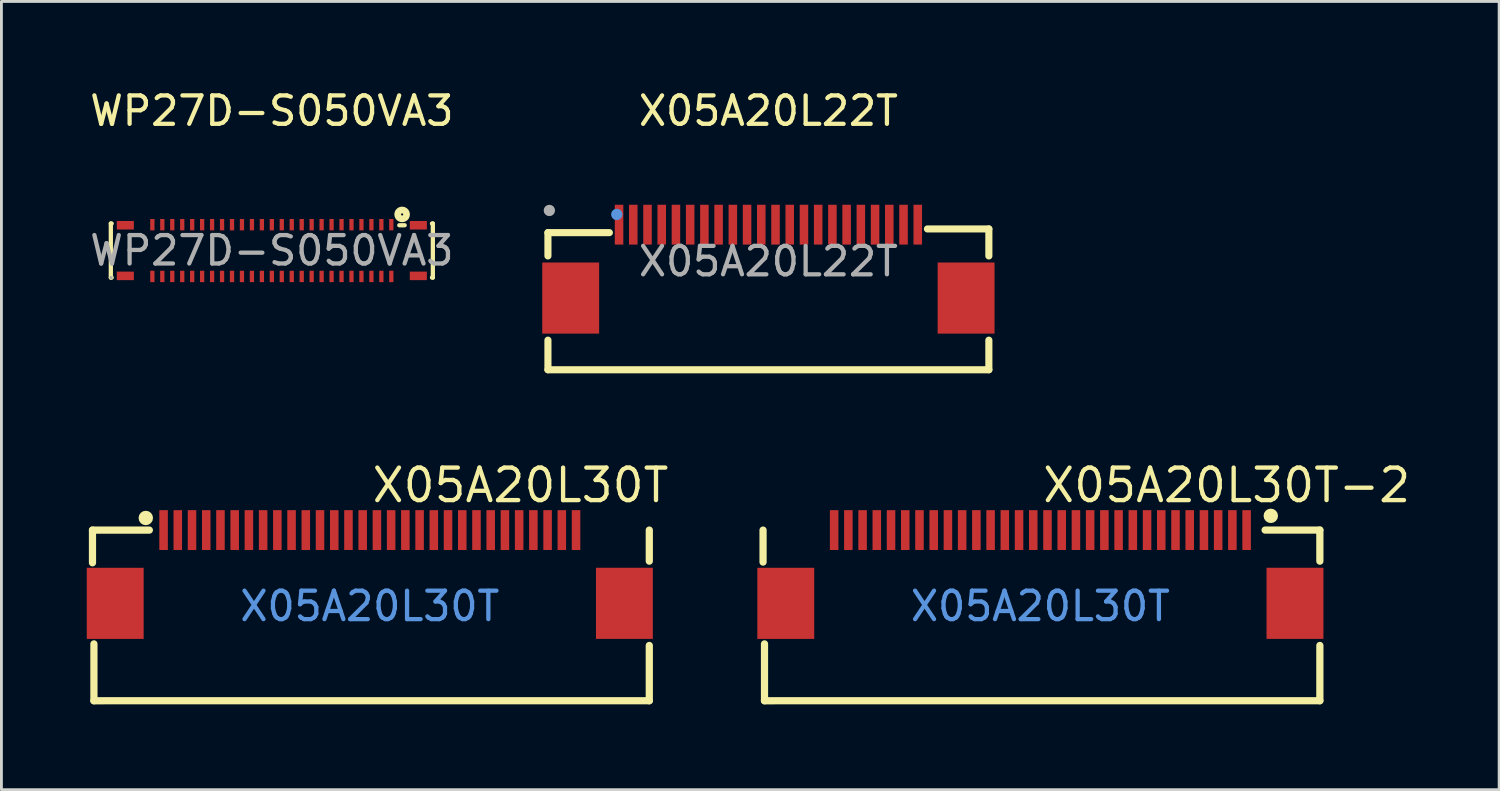
<source format=kicad_pcb>
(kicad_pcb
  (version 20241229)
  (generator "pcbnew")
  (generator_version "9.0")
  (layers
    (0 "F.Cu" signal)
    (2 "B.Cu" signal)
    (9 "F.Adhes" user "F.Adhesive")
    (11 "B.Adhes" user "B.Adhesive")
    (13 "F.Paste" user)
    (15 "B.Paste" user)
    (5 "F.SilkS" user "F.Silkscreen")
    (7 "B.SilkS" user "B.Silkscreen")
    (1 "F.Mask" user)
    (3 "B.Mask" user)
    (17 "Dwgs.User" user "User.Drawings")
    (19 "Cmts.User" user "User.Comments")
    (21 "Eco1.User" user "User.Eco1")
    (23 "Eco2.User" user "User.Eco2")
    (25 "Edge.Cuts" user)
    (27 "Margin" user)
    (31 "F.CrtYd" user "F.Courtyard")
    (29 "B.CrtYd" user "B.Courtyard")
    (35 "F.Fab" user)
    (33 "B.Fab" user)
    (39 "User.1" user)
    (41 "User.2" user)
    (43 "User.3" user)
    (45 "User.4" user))
  (footprint "WP27D-S050VA3"
    (layer "F.Cu")
    (at 6.506 5.758)
    (property "Reference" "WP27D-S050VA3" (at 0 -4.91 0) (layer "F.SilkS") (effects (font (size 1 1) (thickness 0.15))))
    (attr through_hole)
    (fp_line (start -5.66 -0.95) (end -5.63 -0.95) (stroke (width 0.15) (type solid)) (layer "F.SilkS"))
    (fp_line (start -5.66 0.95) (end -5.66 -0.95) (stroke (width 0.15) (type solid)) (layer "F.SilkS"))
    (fp_line (start -5.63 0.95) (end -5.66 0.95) (stroke (width 0.15) (type solid)) (layer "F.SilkS"))
    (fp_line (start 4.48 -0.89) (end 4.67 -0.89) (stroke (width 0.15) (type solid)) (layer "F.SilkS"))
    (fp_line (start 5.63 -0.95) (end 5.66 -0.95) (stroke (width 0.15) (type solid)) (layer "F.SilkS"))
    (fp_line (start 5.66 -0.95) (end 5.66 0.95) (stroke (width 0.15) (type solid)) (layer "F.SilkS"))
    (fp_line (start 5.66 0.95) (end 5.63 0.95) (stroke (width 0.15) (type solid)) (layer "F.SilkS"))
    (fp_circle (center 4.58 -1.27) (end 4.44 -1.41) (stroke (width 0.15) (type default)) (fill no) (layer "F.SilkS"))
    (fp_circle (center 4.58 -1.27) (end 4.5 -1.35) (stroke (width 0.15) (type default)) (fill no) (layer "F.SilkS"))
    (fp_circle (center -5.65 0.95) (end -5.62 0.95) (stroke (width 0.06) (type solid)) (fill no) (layer "F.Fab"))
    (fp_text user "${REFERENCE}" (at 0 0 0) (layer "F.Fab") (effects (font (size 1 1) (thickness 0.15))))
    (pad "1" smd rect (at 4.2 -0.91) (size 0.15 0.4) (layers "F.Cu" "F.Mask" "F.Paste"))
    (pad "2" smd rect (at 3.85 -0.91) (size 0.15 0.4) (layers "F.Cu" "F.Mask" "F.Paste"))
    (pad "3" smd rect (at 3.5 -0.91) (size 0.15 0.4) (layers "F.Cu" "F.Mask" "F.Paste"))
    (pad "4" smd rect (at 3.15 -0.91) (size 0.15 0.4) (layers "F.Cu" "F.Mask" "F.Paste"))
    (pad "5" smd rect (at 2.8 -0.91) (size 0.15 0.4) (layers "F.Cu" "F.Mask" "F.Paste"))
    (pad "6" smd rect (at 2.45 -0.91) (size 0.15 0.4) (layers "F.Cu" "F.Mask" "F.Paste"))
    (pad "7" smd rect (at 2.1 -0.91) (size 0.15 0.4) (layers "F.Cu" "F.Mask" "F.Paste"))
    (pad "8" smd rect (at 1.75 -0.91) (size 0.15 0.4) (layers "F.Cu" "F.Mask" "F.Paste"))
    (pad "9" smd rect (at 1.4 -0.91) (size 0.15 0.4) (layers "F.Cu" "F.Mask" "F.Paste"))
    (pad "10" smd rect (at 1.05 -0.91) (size 0.15 0.4) (layers "F.Cu" "F.Mask" "F.Paste"))
    (pad "11" smd rect (at 0.7 -0.91) (size 0.15 0.4) (layers "F.Cu" "F.Mask" "F.Paste"))
    (pad "12" smd rect (at 0.35 -0.91) (size 0.15 0.4) (layers "F.Cu" "F.Mask" "F.Paste"))
    (pad "13" smd rect (at 0 -0.91) (size 0.15 0.4) (layers "F.Cu" "F.Mask" "F.Paste"))
    (pad "14" smd rect (at -0.35 -0.91) (size 0.15 0.4) (layers "F.Cu" "F.Mask" "F.Paste"))
    (pad "15" smd rect (at -0.7 -0.91) (size 0.15 0.4) (layers "F.Cu" "F.Mask" "F.Paste"))
    (pad "16" smd rect (at -1.05 -0.91) (size 0.15 0.4) (layers "F.Cu" "F.Mask" "F.Paste"))
    (pad "17" smd rect (at -1.4 -0.91) (size 0.15 0.4) (layers "F.Cu" "F.Mask" "F.Paste"))
    (pad "18" smd rect (at -1.75 -0.91) (size 0.15 0.4) (layers "F.Cu" "F.Mask" "F.Paste"))
    (pad "19" smd rect (at -2.1 -0.91) (size 0.15 0.4) (layers "F.Cu" "F.Mask" "F.Paste"))
    (pad "20" smd rect (at -2.45 -0.91) (size 0.15 0.4) (layers "F.Cu" "F.Mask" "F.Paste"))
    (pad "21" smd rect (at -2.8 -0.91) (size 0.15 0.4) (layers "F.Cu" "F.Mask" "F.Paste"))
    (pad "22" smd rect (at -3.15 -0.91) (size 0.15 0.4) (layers "F.Cu" "F.Mask" "F.Paste"))
    (pad "23" smd rect (at -3.5 -0.91) (size 0.15 0.4) (layers "F.Cu" "F.Mask" "F.Paste"))
    (pad "24" smd rect (at -3.85 -0.91) (size 0.15 0.4) (layers "F.Cu" "F.Mask" "F.Paste"))
    (pad "25" smd rect (at -4.2 -0.91) (size 0.15 0.4) (layers "F.Cu" "F.Mask" "F.Paste"))
    (pad "26" smd rect (at -4.2 0.91) (size 0.15 0.4) (layers "F.Cu" "F.Mask" "F.Paste"))
    (pad "27" smd rect (at -3.85 0.91) (size 0.15 0.4) (layers "F.Cu" "F.Mask" "F.Paste"))
    (pad "28" smd rect (at -3.5 0.91) (size 0.15 0.4) (layers "F.Cu" "F.Mask" "F.Paste"))
    (pad "29" smd rect (at -3.15 0.91) (size 0.15 0.4) (layers "F.Cu" "F.Mask" "F.Paste"))
    (pad "30" smd rect (at -2.8 0.91) (size 0.15 0.4) (layers "F.Cu" "F.Mask" "F.Paste"))
    (pad "31" smd rect (at -2.45 0.91) (size 0.15 0.4) (layers "F.Cu" "F.Mask" "F.Paste"))
    (pad "32" smd rect (at -2.1 0.91) (size 0.15 0.4) (layers "F.Cu" "F.Mask" "F.Paste"))
    (pad "33" smd rect (at -1.75 0.91) (size 0.15 0.4) (layers "F.Cu" "F.Mask" "F.Paste"))
    (pad "34" smd rect (at -1.4 0.91) (size 0.15 0.4) (layers "F.Cu" "F.Mask" "F.Paste"))
    (pad "35" smd rect (at -1.05 0.91) (size 0.15 0.4) (layers "F.Cu" "F.Mask" "F.Paste"))
    (pad "36" smd rect (at -0.7 0.91) (size 0.15 0.4) (layers "F.Cu" "F.Mask" "F.Paste"))
    (pad "37" smd rect (at -0.35 0.91) (size 0.15 0.4) (layers "F.Cu" "F.Mask" "F.Paste"))
    (pad "38" smd rect (at 0 0.91) (size 0.15 0.4) (layers "F.Cu" "F.Mask" "F.Paste"))
    (pad "39" smd rect (at 0.35 0.91) (size 0.15 0.4) (layers "F.Cu" "F.Mask" "F.Paste"))
    (pad "40" smd rect (at 0.7 0.91) (size 0.15 0.4) (layers "F.Cu" "F.Mask" "F.Paste"))
    (pad "41" smd rect (at 1.05 0.91) (size 0.15 0.4) (layers "F.Cu" "F.Mask" "F.Paste"))
    (pad "42" smd rect (at 1.4 0.91) (size 0.15 0.4) (layers "F.Cu" "F.Mask" "F.Paste"))
    (pad "43" smd rect (at 1.75 0.91) (size 0.15 0.4) (layers "F.Cu" "F.Mask" "F.Paste"))
    (pad "44" smd rect (at 2.1 0.91) (size 0.15 0.4) (layers "F.Cu" "F.Mask" "F.Paste"))
    (pad "45" smd rect (at 2.45 0.91) (size 0.15 0.4) (layers "F.Cu" "F.Mask" "F.Paste"))
    (pad "46" smd rect (at 2.8 0.91) (size 0.15 0.4) (layers "F.Cu" "F.Mask" "F.Paste"))
    (pad "47" smd rect (at 3.15 0.91) (size 0.15 0.4) (layers "F.Cu" "F.Mask" "F.Paste"))
    (pad "48" smd rect (at 3.5 0.91) (size 0.15 0.4) (layers "F.Cu" "F.Mask" "F.Paste"))
    (pad "49" smd rect (at 3.85 0.91) (size 0.15 0.4) (layers "F.Cu" "F.Mask" "F.Paste"))
    (pad "50" smd rect (at 4.2 0.91) (size 0.15 0.4) (layers "F.Cu" "F.Mask" "F.Paste"))
    (pad "51" smd rect (at -5.15 -0.89 90) (size 0.3 0.6) (layers "F.Cu" "F.Mask" "F.Paste"))
    (pad "52" smd rect (at -5.15 0.89 90) (size 0.3 0.6) (layers "F.Cu" "F.Mask" "F.Paste"))
    (pad "53" smd rect (at 5.15 0.89 90) (size 0.3 0.6) (layers "F.Cu" "F.Mask" "F.Paste"))
    (pad "54" smd rect (at 5.15 -0.89 90) (size 0.3 0.6) (layers "F.Cu" "F.Mask" "F.Paste")))
  (footprint "X05A20L22T"
    (layer "F.Cu")
    (at 23.962 6.138)
    (property "Reference" "X05A20L22T" (at 0 -5.29 0) (layer "F.SilkS") (effects (font (size 1 1) (thickness 0.15))))
    (attr smd)
    (fp_line (start -7.75 -1.01) (end -5.59 -1.01) (stroke (width 0.25) (type solid)) (layer "F.SilkS"))
    (fp_line (start -7.75 -0.19) (end -7.75 -1.01) (stroke (width 0.25) (type solid)) (layer "F.SilkS"))
    (fp_line (start -7.75 3.81) (end -7.75 2.77) (stroke (width 0.25) (type solid)) (layer "F.SilkS"))
    (fp_line (start 5.59 -1.14) (end 7.75 -1.14) (stroke (width 0.25) (type solid)) (layer "F.SilkS"))
    (fp_line (start 7.75 -1.14) (end 7.75 -0.19) (stroke (width 0.25) (type solid)) (layer "F.SilkS"))
    (fp_line (start 7.75 2.77) (end 7.75 3.81) (stroke (width 0.25) (type solid)) (layer "F.SilkS"))
    (fp_line (start 7.75 3.81) (end -7.75 3.81) (stroke (width 0.25) (type solid)) (layer "F.SilkS"))
    (fp_circle (center -5.33 -1.65) (end -5.23 -1.65) (stroke (width 0.2) (type solid)) (fill no) (layer "Cmts.User"))
    (fp_circle (center -7.7 -1.79) (end -7.6 -1.79) (stroke (width 0.2) (type solid)) (fill no) (layer "F.Fab"))
    (fp_text user "${REFERENCE}" (at 0 0 0) (layer "F.Fab") (effects (font (size 1 1) (thickness 0.15))))
    (pad "1" smd rect (at -5.25 -1.29) (size 0.3 1.4) (layers "F.Cu" "F.Mask" "F.Paste"))
    (pad "2" smd rect (at -4.75 -1.29) (size 0.3 1.4) (layers "F.Cu" "F.Mask" "F.Paste"))
    (pad "3" smd rect (at -4.25 -1.29) (size 0.3 1.4) (layers "F.Cu" "F.Mask" "F.Paste"))
    (pad "4" smd rect (at -3.75 -1.29) (size 0.3 1.4) (layers "F.Cu" "F.Mask" "F.Paste"))
    (pad "5" smd rect (at -3.25 -1.29) (size 0.3 1.4) (layers "F.Cu" "F.Mask" "F.Paste"))
    (pad "6" smd rect (at -2.75 -1.29) (size 0.3 1.4) (layers "F.Cu" "F.Mask" "F.Paste"))
    (pad "7" smd rect (at -2.25 -1.29) (size 0.3 1.4) (layers "F.Cu" "F.Mask" "F.Paste"))
    (pad "8" smd rect (at -1.75 -1.29) (size 0.3 1.4) (layers "F.Cu" "F.Mask" "F.Paste"))
    (pad "9" smd rect (at -1.25 -1.29) (size 0.3 1.4) (layers "F.Cu" "F.Mask" "F.Paste"))
    (pad "10" smd rect (at -0.75 -1.29) (size 0.3 1.4) (layers "F.Cu" "F.Mask" "F.Paste"))
    (pad "11" smd rect (at -0.25 -1.29) (size 0.3 1.4) (layers "F.Cu" "F.Mask" "F.Paste"))
    (pad "12" smd rect (at 0.25 -1.29) (size 0.3 1.4) (layers "F.Cu" "F.Mask" "F.Paste"))
    (pad "13" smd rect (at 0.75 -1.29) (size 0.3 1.4) (layers "F.Cu" "F.Mask" "F.Paste"))
    (pad "14" smd rect (at 1.25 -1.29) (size 0.3 1.4) (layers "F.Cu" "F.Mask" "F.Paste"))
    (pad "15" smd rect (at 1.75 -1.29) (size 0.3 1.4) (layers "F.Cu" "F.Mask" "F.Paste"))
    (pad "16" smd rect (at 2.25 -1.29) (size 0.3 1.4) (layers "F.Cu" "F.Mask" "F.Paste"))
    (pad "17" smd rect (at 2.75 -1.29) (size 0.3 1.4) (layers "F.Cu" "F.Mask" "F.Paste"))
    (pad "18" smd rect (at 3.25 -1.29) (size 0.3 1.4) (layers "F.Cu" "F.Mask" "F.Paste"))
    (pad "19" smd rect (at 3.75 -1.29) (size 0.3 1.4) (layers "F.Cu" "F.Mask" "F.Paste"))
    (pad "20" smd rect (at 4.25 -1.29) (size 0.3 1.4) (layers "F.Cu" "F.Mask" "F.Paste"))
    (pad "21" smd rect (at 4.75 -1.29) (size 0.3 1.4) (layers "F.Cu" "F.Mask" "F.Paste"))
    (pad "22" smd rect (at 5.25 -1.29) (size 0.3 1.4) (layers "F.Cu" "F.Mask" "F.Paste"))
    (pad "23" smd rect (at 6.95 1.29) (size 2 2.5) (layers "F.Cu" "F.Mask" "F.Paste"))
    (pad "24" smd rect (at -6.95 1.29) (size 2 2.5) (layers "F.Cu" "F.Mask" "F.Paste")))
  (footprint "X05A20L30T-2"
    (layer "F.Cu")
    (at 33.523 18.259)
    (property "Reference" "X05A20L30T-2" (at 0 -4.25 0) (layer "F.SilkS") (effects (font (size 1.143 1.143) (thickness 0.152)) (justify left)))
    (attr smd)
    (fp_line (start -9.749 -1.55) (end -9.749 -2.674) (stroke (width 0.254) (type solid)) (layer "F.SilkS"))
    (fp_line (start -9.7 3.325) (end 9.825 3.324) (stroke (width 0.254) (type solid)) (layer "F.SilkS"))
    (fp_line (start -9.698 3.325) (end -9.698 1.326) (stroke (width 0.254) (type solid)) (layer "F.SilkS"))
    (fp_line (start 9.825 -2.675) (end 7.9 -2.675) (stroke (width 0.254) (type solid)) (layer "F.SilkS"))
    (fp_line (start 9.825 -1.582) (end 9.825 -2.675) (stroke (width 0.254) (type solid)) (layer "F.SilkS"))
    (fp_line (start 9.825 3.324) (end 9.825 1.381) (stroke (width 0.254) (type solid)) (layer "F.SilkS"))
    (fp_circle (center 8.1 -3.175) (end 7.973 -3.175) (stroke (width 0.254) (type solid)) (fill no) (layer "F.SilkS"))
    (fp_text user "X05A20L30T" (at 0 0 0) (layer "Cmts.User") (effects (font (size 1 1) (thickness 0.15))))
    (pad "1" smd rect (at 7.25 -2.675) (size 0.3 1.4) (layers "F.Cu" "F.Mask" "F.Paste"))
    (pad "2" smd rect (at 6.75 -2.675) (size 0.3 1.4) (layers "F.Cu" "F.Mask" "F.Paste"))
    (pad "3" smd rect (at 6.25 -2.675) (size 0.3 1.4) (layers "F.Cu" "F.Mask" "F.Paste"))
    (pad "4" smd rect (at 5.75 -2.675) (size 0.3 1.4) (layers "F.Cu" "F.Mask" "F.Paste"))
    (pad "5" smd rect (at 5.25 -2.675) (size 0.3 1.4) (layers "F.Cu" "F.Mask" "F.Paste"))
    (pad "6" smd rect (at 4.75 -2.675) (size 0.3 1.4) (layers "F.Cu" "F.Mask" "F.Paste"))
    (pad "7" smd rect (at 4.25 -2.675) (size 0.3 1.4) (layers "F.Cu" "F.Mask" "F.Paste"))
    (pad "8" smd rect (at 3.75 -2.675) (size 0.3 1.4) (layers "F.Cu" "F.Mask" "F.Paste"))
    (pad "9" smd rect (at 3.25 -2.675) (size 0.3 1.4) (layers "F.Cu" "F.Mask" "F.Paste"))
    (pad "10" smd rect (at 2.75 -2.675) (size 0.3 1.4) (layers "F.Cu" "F.Mask" "F.Paste"))
    (pad "11" smd rect (at 2.25 -2.675) (size 0.3 1.4) (layers "F.Cu" "F.Mask" "F.Paste"))
    (pad "12" smd rect (at 1.75 -2.675) (size 0.3 1.4) (layers "F.Cu" "F.Mask" "F.Paste"))
    (pad "13" smd rect (at 1.25 -2.675) (size 0.3 1.4) (layers "F.Cu" "F.Mask" "F.Paste"))
    (pad "14" smd rect (at 0.75 -2.675) (size 0.3 1.4) (layers "F.Cu" "F.Mask" "F.Paste"))
    (pad "15" smd rect (at 0.25 -2.675) (size 0.3 1.4) (layers "F.Cu" "F.Mask" "F.Paste"))
    (pad "16" smd rect (at -0.25 -2.675) (size 0.3 1.4) (layers "F.Cu" "F.Mask" "F.Paste"))
    (pad "17" smd rect (at -0.75 -2.675) (size 0.3 1.4) (layers "F.Cu" "F.Mask" "F.Paste"))
    (pad "18" smd rect (at -1.25 -2.675) (size 0.3 1.4) (layers "F.Cu" "F.Mask" "F.Paste"))
    (pad "19" smd rect (at -1.75 -2.675) (size 0.3 1.4) (layers "F.Cu" "F.Mask" "F.Paste"))
    (pad "20" smd rect (at -2.25 -2.675) (size 0.3 1.4) (layers "F.Cu" "F.Mask" "F.Paste"))
    (pad "21" smd rect (at -2.75 -2.675) (size 0.3 1.4) (layers "F.Cu" "F.Mask" "F.Paste"))
    (pad "22" smd rect (at -3.25 -2.675) (size 0.3 1.4) (layers "F.Cu" "F.Mask" "F.Paste"))
    (pad "23" smd rect (at -3.75 -2.675) (size 0.3 1.4) (layers "F.Cu" "F.Mask" "F.Paste"))
    (pad "24" smd rect (at -4.25 -2.675) (size 0.3 1.4) (layers "F.Cu" "F.Mask" "F.Paste"))
    (pad "25" smd rect (at -4.75 -2.675) (size 0.3 1.4) (layers "F.Cu" "F.Mask" "F.Paste"))
    (pad "26" smd rect (at -5.25 -2.675) (size 0.3 1.4) (layers "F.Cu" "F.Mask" "F.Paste"))
    (pad "27" smd rect (at -5.75 -2.675) (size 0.3 1.4) (layers "F.Cu" "F.Mask" "F.Paste"))
    (pad "28" smd rect (at -6.25 -2.675) (size 0.3 1.4) (layers "F.Cu" "F.Mask" "F.Paste"))
    (pad "29" smd rect (at -6.75 -2.675) (size 0.3 1.4) (layers "F.Cu" "F.Mask" "F.Paste"))
    (pad "30" smd rect (at -7.25 -2.675) (size 0.3 1.4) (layers "F.Cu" "F.Mask" "F.Paste"))
    (pad "31" smd rect (at 8.95 -0.1) (size 2 2.5) (layers "F.Cu" "F.Mask" "F.Paste"))
    (pad "32" smd rect (at -8.95 -0.099) (size 2 2.5) (layers "F.Cu" "F.Mask" "F.Paste")))
  (footprint "X05A20L30T"
    (layer "F.Cu")
    (at 9.95 18.259)
    (property "Reference" "X05A20L30T" (at 0 -4.25 0) (layer "F.SilkS") (effects (font (size 1.143 1.143) (thickness 0.152)) (justify left)))
    (attr smd)
    (fp_line (start -9.749 -2.674) (end -7.75 -2.674) (stroke (width 0.254) (type solid)) (layer "F.SilkS"))
    (fp_line (start -9.749 -1.525) (end -9.749 -2.674) (stroke (width 0.254) (type solid)) (layer "F.SilkS"))
    (fp_line (start -9.7 3.325) (end 9.825 3.324) (stroke (width 0.254) (type solid)) (layer "F.SilkS"))
    (fp_line (start -9.698 3.325) (end -9.698 1.326) (stroke (width 0.254) (type solid)) (layer "F.SilkS"))
    (fp_line (start 9.825 -1.582) (end 9.825 -2.675) (stroke (width 0.254) (type solid)) (layer "F.SilkS"))
    (fp_line (start 9.825 3.324) (end 9.825 1.381) (stroke (width 0.254) (type solid)) (layer "F.SilkS"))
    (fp_circle (center -7.875 -3.1) (end -7.748 -3.1) (stroke (width 0.254) (type solid)) (fill no) (layer "F.SilkS"))
    (fp_text user "X05A20L30T" (at 0 0 0) (layer "Cmts.User") (effects (font (size 1 1) (thickness 0.15))))
    (pad "1" smd rect (at -7.25 -2.675) (size 0.3 1.4) (layers "F.Cu" "F.Mask" "F.Paste"))
    (pad "2" smd rect (at -6.75 -2.675) (size 0.3 1.4) (layers "F.Cu" "F.Mask" "F.Paste"))
    (pad "3" smd rect (at -6.25 -2.675) (size 0.3 1.4) (layers "F.Cu" "F.Mask" "F.Paste"))
    (pad "4" smd rect (at -5.75 -2.675) (size 0.3 1.4) (layers "F.Cu" "F.Mask" "F.Paste"))
    (pad "5" smd rect (at -5.25 -2.675) (size 0.3 1.4) (layers "F.Cu" "F.Mask" "F.Paste"))
    (pad "6" smd rect (at -4.75 -2.675) (size 0.3 1.4) (layers "F.Cu" "F.Mask" "F.Paste"))
    (pad "7" smd rect (at -4.25 -2.675) (size 0.3 1.4) (layers "F.Cu" "F.Mask" "F.Paste"))
    (pad "8" smd rect (at -3.75 -2.675) (size 0.3 1.4) (layers "F.Cu" "F.Mask" "F.Paste"))
    (pad "9" smd rect (at -3.25 -2.675) (size 0.3 1.4) (layers "F.Cu" "F.Mask" "F.Paste"))
    (pad "10" smd rect (at -2.75 -2.675) (size 0.3 1.4) (layers "F.Cu" "F.Mask" "F.Paste"))
    (pad "11" smd rect (at -2.25 -2.675) (size 0.3 1.4) (layers "F.Cu" "F.Mask" "F.Paste"))
    (pad "12" smd rect (at -1.75 -2.675) (size 0.3 1.4) (layers "F.Cu" "F.Mask" "F.Paste"))
    (pad "13" smd rect (at -1.25 -2.675) (size 0.3 1.4) (layers "F.Cu" "F.Mask" "F.Paste"))
    (pad "14" smd rect (at -0.75 -2.675) (size 0.3 1.4) (layers "F.Cu" "F.Mask" "F.Paste"))
    (pad "15" smd rect (at -0.25 -2.675) (size 0.3 1.4) (layers "F.Cu" "F.Mask" "F.Paste"))
    (pad "16" smd rect (at 0.25 -2.675) (size 0.3 1.4) (layers "F.Cu" "F.Mask" "F.Paste"))
    (pad "17" smd rect (at 0.75 -2.675) (size 0.3 1.4) (layers "F.Cu" "F.Mask" "F.Paste"))
    (pad "18" smd rect (at 1.25 -2.675) (size 0.3 1.4) (layers "F.Cu" "F.Mask" "F.Paste"))
    (pad "19" smd rect (at 1.75 -2.675) (size 0.3 1.4) (layers "F.Cu" "F.Mask" "F.Paste"))
    (pad "20" smd rect (at 2.25 -2.675) (size 0.3 1.4) (layers "F.Cu" "F.Mask" "F.Paste"))
    (pad "21" smd rect (at 2.75 -2.675) (size 0.3 1.4) (layers "F.Cu" "F.Mask" "F.Paste"))
    (pad "22" smd rect (at 3.25 -2.675) (size 0.3 1.4) (layers "F.Cu" "F.Mask" "F.Paste"))
    (pad "23" smd rect (at 3.75 -2.675) (size 0.3 1.4) (layers "F.Cu" "F.Mask" "F.Paste"))
    (pad "24" smd rect (at 4.25 -2.675) (size 0.3 1.4) (layers "F.Cu" "F.Mask" "F.Paste"))
    (pad "25" smd rect (at 4.75 -2.675) (size 0.3 1.4) (layers "F.Cu" "F.Mask" "F.Paste"))
    (pad "26" smd rect (at 5.25 -2.675) (size 0.3 1.4) (layers "F.Cu" "F.Mask" "F.Paste"))
    (pad "27" smd rect (at 5.75 -2.675) (size 0.3 1.4) (layers "F.Cu" "F.Mask" "F.Paste"))
    (pad "28" smd rect (at 6.25 -2.675) (size 0.3 1.4) (layers "F.Cu" "F.Mask" "F.Paste"))
    (pad "29" smd rect (at 6.75 -2.675) (size 0.3 1.4) (layers "F.Cu" "F.Mask" "F.Paste"))
    (pad "30" smd rect (at 7.25 -2.675) (size 0.3 1.4) (layers "F.Cu" "F.Mask" "F.Paste"))
    (pad "31" smd rect (at 8.95 -0.1) (size 2 2.5) (layers "F.Cu" "F.Mask" "F.Paste"))
    (pad "32" smd rect (at -8.95 -0.099) (size 2 2.5) (layers "F.Cu" "F.Mask" "F.Paste")))
  (gr_rect
    (start -3 -3)
    (end 49.65 24.711)
    (stroke (width 0.1) (type default))
    (fill no)
    (layer "Edge.Cuts")))
</source>
